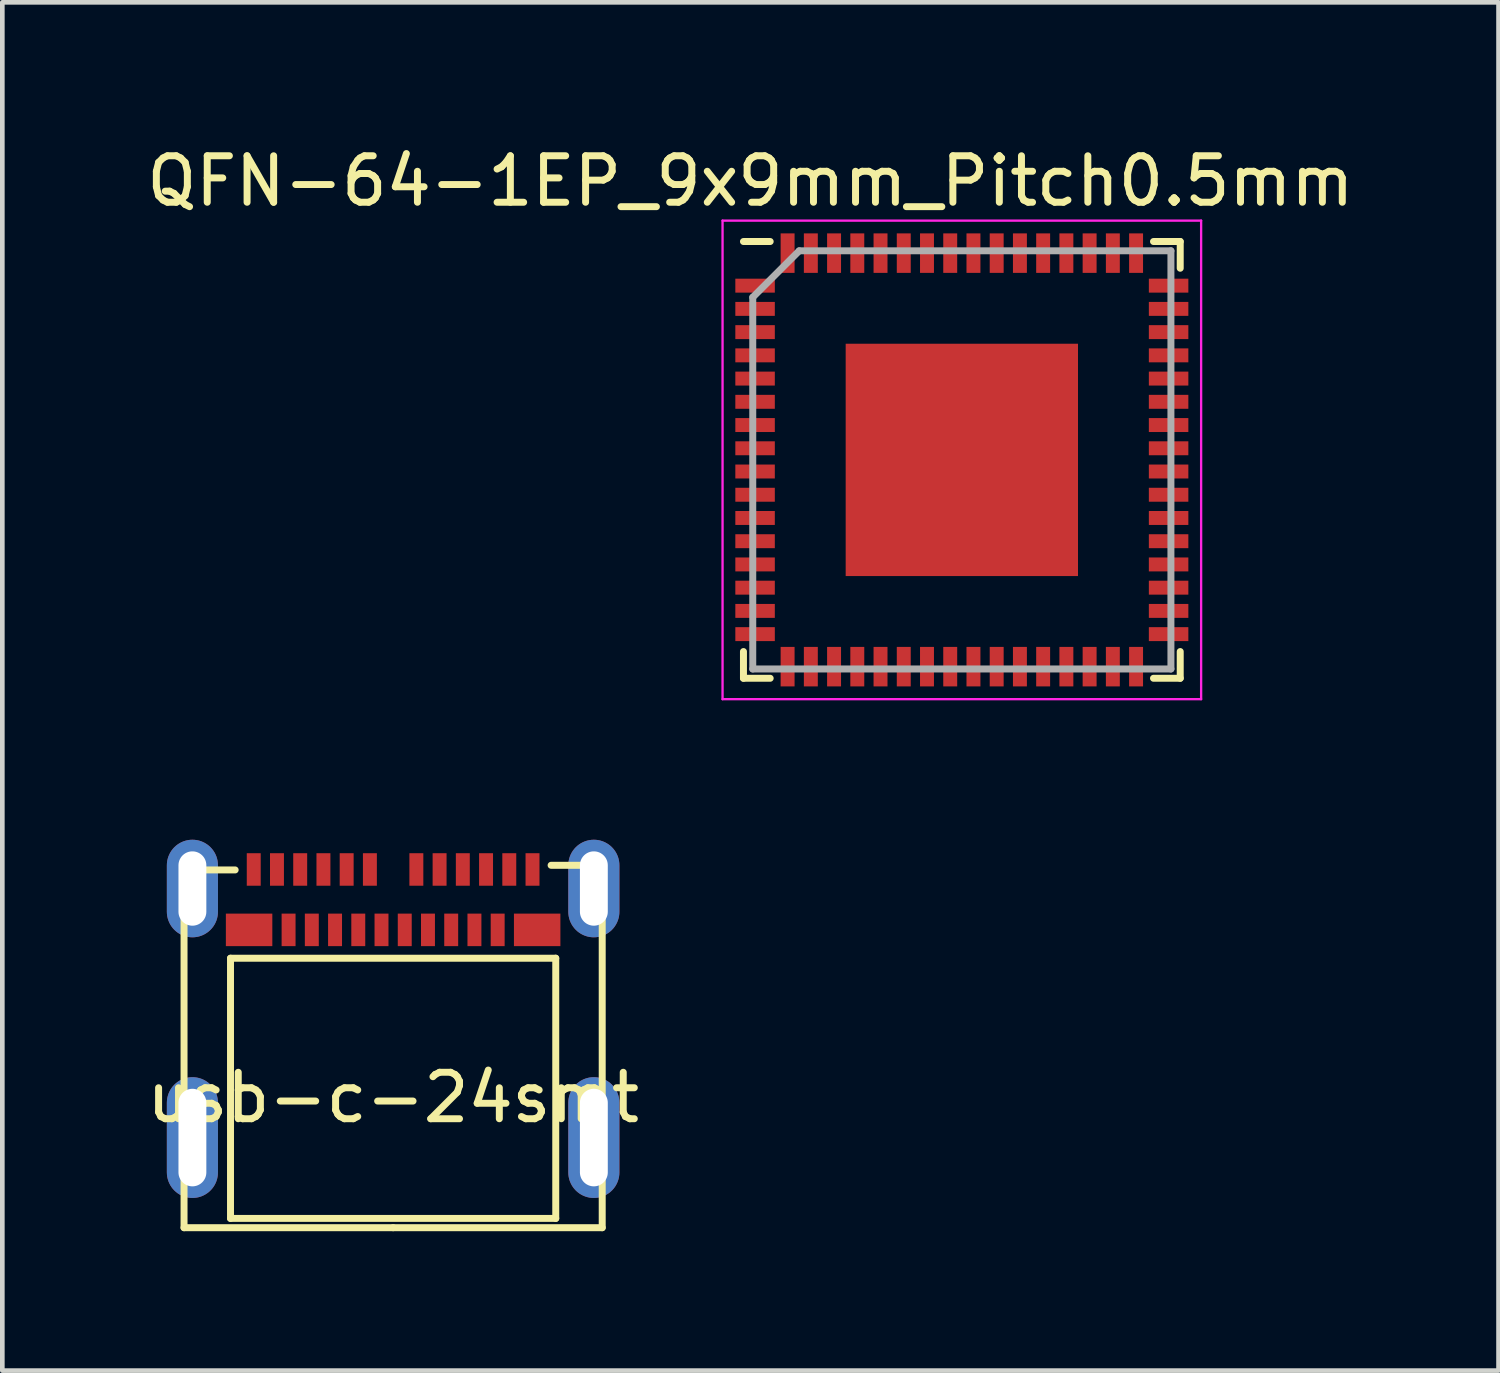
<source format=kicad_pcb>
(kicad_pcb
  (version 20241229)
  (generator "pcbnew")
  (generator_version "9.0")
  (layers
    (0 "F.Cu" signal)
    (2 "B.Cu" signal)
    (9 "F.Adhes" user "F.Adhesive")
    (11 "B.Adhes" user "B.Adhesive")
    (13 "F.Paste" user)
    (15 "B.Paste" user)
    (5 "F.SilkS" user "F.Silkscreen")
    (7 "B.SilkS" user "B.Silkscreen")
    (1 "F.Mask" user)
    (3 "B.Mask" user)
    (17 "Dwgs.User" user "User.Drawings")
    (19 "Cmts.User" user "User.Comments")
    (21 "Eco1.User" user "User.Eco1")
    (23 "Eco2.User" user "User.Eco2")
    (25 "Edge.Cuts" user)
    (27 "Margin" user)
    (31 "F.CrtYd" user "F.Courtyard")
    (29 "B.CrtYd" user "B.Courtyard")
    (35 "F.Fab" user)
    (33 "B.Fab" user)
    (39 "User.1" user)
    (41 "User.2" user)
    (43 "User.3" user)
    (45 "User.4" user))
  (footprint "usb-c-24smt"
    (layer "F.Cu")
    (at 5.411 16.073)
    (property "Reference" "usb-c-24smt" (at 0 4.5 0) (layer "F.SilkS") (effects (font (size 1 1) (thickness 0.15))))
    (attr through_hole)
    (fp_line (start -4.5 -0.4) (end -4.5 7.3) (stroke (width 0.15) (type solid)) (layer "F.SilkS"))
    (fp_line (start -4.5 7.3) (end 0 7.3) (stroke (width 0.15) (type solid)) (layer "F.SilkS"))
    (fp_line (start -3.5 1.5) (end 3.5 1.5) (stroke (width 0.15) (type solid)) (layer "F.SilkS"))
    (fp_line (start -3.5 7.1) (end -3.5 1.5) (stroke (width 0.15) (type solid)) (layer "F.SilkS"))
    (fp_line (start -3.4 -0.4) (end -4.5 -0.4) (stroke (width 0.15) (type solid)) (layer "F.SilkS"))
    (fp_line (start 0 7.3) (end 4.5 7.3) (stroke (width 0.15) (type solid)) (layer "F.SilkS"))
    (fp_line (start 3.5 1.5) (end 3.5 7.1) (stroke (width 0.15) (type solid)) (layer "F.SilkS"))
    (fp_line (start 3.5 7.1) (end -3.5 7.1) (stroke (width 0.15) (type solid)) (layer "F.SilkS"))
    (fp_line (start 4.5 -0.5) (end 3.4 -0.5) (stroke (width 0.15) (type solid)) (layer "F.SilkS"))
    (fp_line (start 4.5 7.3) (end 4.5 -0.5) (stroke (width 0.15) (type solid)) (layer "F.SilkS"))
    (pad "A1" smd rect (at -3 -0.41) (size 0.3 0.7) (layers "F.Cu" "F.Mask" "F.Paste"))
    (pad "A2" smd rect (at -2.5 -0.41) (size 0.3 0.7) (layers "F.Cu" "F.Mask" "F.Paste"))
    (pad "A3" smd rect (at -2 -0.41) (size 0.3 0.7) (layers "F.Cu" "F.Mask" "F.Paste"))
    (pad "A4" smd rect (at -1.5 -0.41) (size 0.3 0.7) (layers "F.Cu" "F.Mask" "F.Paste"))
    (pad "A5" smd rect (at -1 -0.41) (size 0.3 0.7) (layers "F.Cu" "F.Mask" "F.Paste"))
    (pad "A6" smd rect (at -0.5 -0.41) (size 0.3 0.7) (layers "F.Cu" "F.Mask" "F.Paste"))
    (pad "A7" smd rect (at 0.5 -0.41) (size 0.3 0.7) (layers "F.Cu" "F.Mask" "F.Paste"))
    (pad "A8" smd rect (at 1 -0.41) (size 0.3 0.7) (layers "F.Cu" "F.Mask" "F.Paste"))
    (pad "A9" smd rect (at 1.5 -0.41) (size 0.3 0.7) (layers "F.Cu" "F.Mask" "F.Paste"))
    (pad "A10" smd rect (at 2 -0.41) (size 0.3 0.7) (layers "F.Cu" "F.Mask" "F.Paste"))
    (pad "A11" smd rect (at 2.5 -0.41) (size 0.3 0.7) (layers "F.Cu" "F.Mask" "F.Paste"))
    (pad "A12" smd rect (at 3 -0.41) (size 0.3 0.7) (layers "F.Cu" "F.Mask" "F.Paste"))
    (pad "B1" smd rect (at 3.1 0.89) (size 1 0.7) (layers "F.Cu" "F.Mask" "F.Paste"))
    (pad "B2" smd rect (at 2.25 0.89) (size 0.3 0.7) (layers "F.Cu" "F.Mask" "F.Paste"))
    (pad "B3" smd rect (at 1.75 0.89) (size 0.3 0.7) (layers "F.Cu" "F.Mask" "F.Paste"))
    (pad "B4" smd rect (at 1.25 0.89) (size 0.3 0.7) (layers "F.Cu" "F.Mask" "F.Paste"))
    (pad "B5" smd rect (at 0.75 0.89) (size 0.3 0.7) (layers "F.Cu" "F.Mask" "F.Paste"))
    (pad "B6" smd rect (at 0.25 0.89) (size 0.3 0.7) (layers "F.Cu" "F.Mask" "F.Paste"))
    (pad "B7" smd rect (at -0.25 0.89) (size 0.3 0.7) (layers "F.Cu" "F.Mask" "F.Paste"))
    (pad "B8" smd rect (at -0.75 0.89 180) (size 0.3 0.7) (layers "F.Cu" "F.Mask" "F.Paste"))
    (pad "B9" smd rect (at -1.25 0.89) (size 0.3 0.7) (layers "F.Cu" "F.Mask" "F.Paste"))
    (pad "B10" smd rect (at -1.75 0.89) (size 0.3 0.7) (layers "F.Cu" "F.Mask" "F.Paste"))
    (pad "B11" smd rect (at -2.25 0.89) (size 0.3 0.7) (layers "F.Cu" "F.Mask" "F.Paste"))
    (pad "B12" smd rect (at -3.1 0.89) (size 1 0.7) (layers "F.Cu" "F.Mask" "F.Paste"))
    (pad "S1" thru_hole oval (at -4.32 5.36) (size 1.1 2.6) (drill oval 0.6 2.1) (layers "*.Cu" "*.Mask"))
    (pad "S2" thru_hole oval (at -4.32 0) (size 1.1 2.1) (drill oval 0.6 1.6) (layers "*.Cu" "*.Mask"))
    (pad "S3" thru_hole oval (at 4.32 0) (size 1.1 2.1) (drill oval 0.6 1.6) (layers "*.Cu" "*.Mask"))
    (pad "S4" thru_hole oval (at 4.32 5.36) (size 1.1 2.6) (drill oval 0.6 2.1) (layers "*.Cu" "*.Mask")))
  (footprint "QFN-64-1EP_9x9mm_Pitch0.5mm"
    (layer "F.Cu")
    (at 17.651 6.848)
    (property "Reference" "QFN-64-1EP_9x9mm_Pitch0.5mm" (at -4.55 -6 0) (layer "F.SilkS") (effects (font (size 1 1) (thickness 0.15))))
    (attr smd)
    (fp_line (start -4.7 -4.7) (end -4.125 -4.7) (stroke (width 0.15) (type solid)) (layer "F.SilkS"))
    (fp_line (start -4.7 4.7) (end -4.7 4.125) (stroke (width 0.15) (type solid)) (layer "F.SilkS"))
    (fp_line (start -4.7 4.7) (end -4.125 4.7) (stroke (width 0.15) (type solid)) (layer "F.SilkS"))
    (fp_line (start 4.7 -4.7) (end 4.125 -4.7) (stroke (width 0.15) (type solid)) (layer "F.SilkS"))
    (fp_line (start 4.7 -4.7) (end 4.7 -4.125) (stroke (width 0.15) (type solid)) (layer "F.SilkS"))
    (fp_line (start 4.7 4.7) (end 4.125 4.7) (stroke (width 0.15) (type solid)) (layer "F.SilkS"))
    (fp_line (start 4.7 4.7) (end 4.7 4.125) (stroke (width 0.15) (type solid)) (layer "F.SilkS"))
    (fp_line (start -5.15 -5.15) (end -5.15 5.15) (stroke (width 0.05) (type solid)) (layer "F.CrtYd"))
    (fp_line (start -5.15 -5.15) (end 5.15 -5.15) (stroke (width 0.05) (type solid)) (layer "F.CrtYd"))
    (fp_line (start -5.15 5.15) (end 5.15 5.15) (stroke (width 0.05) (type solid)) (layer "F.CrtYd"))
    (fp_line (start 5.15 -5.15) (end 5.15 5.15) (stroke (width 0.05) (type solid)) (layer "F.CrtYd"))
    (fp_line (start -4.5 -3.5) (end -3.5 -4.5) (stroke (width 0.15) (type solid)) (layer "F.Fab"))
    (fp_line (start -4.5 4.5) (end -4.5 -3.5) (stroke (width 0.15) (type solid)) (layer "F.Fab"))
    (fp_line (start -3.5 -4.5) (end 4.5 -4.5) (stroke (width 0.15) (type solid)) (layer "F.Fab"))
    (fp_line (start 4.5 -4.5) (end 4.5 4.5) (stroke (width 0.15) (type solid)) (layer "F.Fab"))
    (fp_line (start 4.5 4.5) (end -4.5 4.5) (stroke (width 0.15) (type solid)) (layer "F.Fab"))
    (pad "1" smd rect (at -4.45 -3.75) (size 0.85 0.3) (layers "F.Cu" "F.Mask" "F.Paste"))
    (pad "2" smd rect (at -4.45 -3.25) (size 0.85 0.3) (layers "F.Cu" "F.Mask" "F.Paste"))
    (pad "3" smd rect (at -4.45 -2.75) (size 0.85 0.3) (layers "F.Cu" "F.Mask" "F.Paste"))
    (pad "4" smd rect (at -4.45 -2.25) (size 0.85 0.3) (layers "F.Cu" "F.Mask" "F.Paste"))
    (pad "5" smd rect (at -4.45 -1.75) (size 0.85 0.3) (layers "F.Cu" "F.Mask" "F.Paste"))
    (pad "6" smd rect (at -4.45 -1.25) (size 0.85 0.3) (layers "F.Cu" "F.Mask" "F.Paste"))
    (pad "7" smd rect (at -4.45 -0.75) (size 0.85 0.3) (layers "F.Cu" "F.Mask" "F.Paste"))
    (pad "8" smd rect (at -4.45 -0.25) (size 0.85 0.3) (layers "F.Cu" "F.Mask" "F.Paste"))
    (pad "9" smd rect (at -4.45 0.25) (size 0.85 0.3) (layers "F.Cu" "F.Mask" "F.Paste"))
    (pad "10" smd rect (at -4.45 0.75) (size 0.85 0.3) (layers "F.Cu" "F.Mask" "F.Paste"))
    (pad "11" smd rect (at -4.45 1.25) (size 0.85 0.3) (layers "F.Cu" "F.Mask" "F.Paste"))
    (pad "12" smd rect (at -4.45 1.75) (size 0.85 0.3) (layers "F.Cu" "F.Mask" "F.Paste"))
    (pad "13" smd rect (at -4.45 2.25) (size 0.85 0.3) (layers "F.Cu" "F.Mask" "F.Paste"))
    (pad "14" smd rect (at -4.45 2.75) (size 0.85 0.3) (layers "F.Cu" "F.Mask" "F.Paste"))
    (pad "15" smd rect (at -4.45 3.25) (size 0.85 0.3) (layers "F.Cu" "F.Mask" "F.Paste"))
    (pad "16" smd rect (at -4.45 3.75) (size 0.85 0.3) (layers "F.Cu" "F.Mask" "F.Paste"))
    (pad "17" smd rect (at -3.75 4.45 90) (size 0.85 0.3) (layers "F.Cu" "F.Mask" "F.Paste"))
    (pad "18" smd rect (at -3.25 4.45 90) (size 0.85 0.3) (layers "F.Cu" "F.Mask" "F.Paste"))
    (pad "19" smd rect (at -2.75 4.45 90) (size 0.85 0.3) (layers "F.Cu" "F.Mask" "F.Paste"))
    (pad "20" smd rect (at -2.25 4.45 90) (size 0.85 0.3) (layers "F.Cu" "F.Mask" "F.Paste"))
    (pad "21" smd rect (at -1.75 4.45 90) (size 0.85 0.3) (layers "F.Cu" "F.Mask" "F.Paste"))
    (pad "22" smd rect (at -1.25 4.45 90) (size 0.85 0.3) (layers "F.Cu" "F.Mask" "F.Paste"))
    (pad "23" smd rect (at -0.75 4.45 90) (size 0.85 0.3) (layers "F.Cu" "F.Mask" "F.Paste"))
    (pad "24" smd rect (at -0.25 4.45 90) (size 0.85 0.3) (layers "F.Cu" "F.Mask" "F.Paste"))
    (pad "25" smd rect (at 0.25 4.45 90) (size 0.85 0.3) (layers "F.Cu" "F.Mask" "F.Paste"))
    (pad "26" smd rect (at 0.75 4.45 90) (size 0.85 0.3) (layers "F.Cu" "F.Mask" "F.Paste"))
    (pad "27" smd rect (at 1.25 4.45 90) (size 0.85 0.3) (layers "F.Cu" "F.Mask" "F.Paste"))
    (pad "28" smd rect (at 1.75 4.45 90) (size 0.85 0.3) (layers "F.Cu" "F.Mask" "F.Paste"))
    (pad "29" smd rect (at 2.25 4.45 90) (size 0.85 0.3) (layers "F.Cu" "F.Mask" "F.Paste"))
    (pad "30" smd rect (at 2.75 4.45 90) (size 0.85 0.3) (layers "F.Cu" "F.Mask" "F.Paste"))
    (pad "31" smd rect (at 3.25 4.45 90) (size 0.85 0.3) (layers "F.Cu" "F.Mask" "F.Paste"))
    (pad "32" smd rect (at 3.75 4.45 90) (size 0.85 0.3) (layers "F.Cu" "F.Mask" "F.Paste"))
    (pad "33" smd rect (at 4.45 3.75) (size 0.85 0.3) (layers "F.Cu" "F.Mask" "F.Paste"))
    (pad "34" smd rect (at 4.45 3.25) (size 0.85 0.3) (layers "F.Cu" "F.Mask" "F.Paste"))
    (pad "35" smd rect (at 4.45 2.75) (size 0.85 0.3) (layers "F.Cu" "F.Mask" "F.Paste"))
    (pad "36" smd rect (at 4.45 2.25) (size 0.85 0.3) (layers "F.Cu" "F.Mask" "F.Paste"))
    (pad "37" smd rect (at 4.45 1.75) (size 0.85 0.3) (layers "F.Cu" "F.Mask" "F.Paste"))
    (pad "38" smd rect (at 4.45 1.25) (size 0.85 0.3) (layers "F.Cu" "F.Mask" "F.Paste"))
    (pad "39" smd rect (at 4.45 0.75) (size 0.85 0.3) (layers "F.Cu" "F.Mask" "F.Paste"))
    (pad "40" smd rect (at 4.45 0.25) (size 0.85 0.3) (layers "F.Cu" "F.Mask" "F.Paste"))
    (pad "41" smd rect (at 4.45 -0.25) (size 0.85 0.3) (layers "F.Cu" "F.Mask" "F.Paste"))
    (pad "42" smd rect (at 4.45 -0.75) (size 0.85 0.3) (layers "F.Cu" "F.Mask" "F.Paste"))
    (pad "43" smd rect (at 4.45 -1.25) (size 0.85 0.3) (layers "F.Cu" "F.Mask" "F.Paste"))
    (pad "44" smd rect (at 4.45 -1.75) (size 0.85 0.3) (layers "F.Cu" "F.Mask" "F.Paste"))
    (pad "45" smd rect (at 4.45 -2.25) (size 0.85 0.3) (layers "F.Cu" "F.Mask" "F.Paste"))
    (pad "46" smd rect (at 4.45 -2.75) (size 0.85 0.3) (layers "F.Cu" "F.Mask" "F.Paste"))
    (pad "47" smd rect (at 4.45 -3.25) (size 0.85 0.3) (layers "F.Cu" "F.Mask" "F.Paste"))
    (pad "48" smd rect (at 4.45 -3.75) (size 0.85 0.3) (layers "F.Cu" "F.Mask" "F.Paste"))
    (pad "49" smd rect (at 3.75 -4.45 90) (size 0.85 0.3) (layers "F.Cu" "F.Mask" "F.Paste"))
    (pad "50" smd rect (at 3.25 -4.45 90) (size 0.85 0.3) (layers "F.Cu" "F.Mask" "F.Paste"))
    (pad "51" smd rect (at 2.75 -4.45 90) (size 0.85 0.3) (layers "F.Cu" "F.Mask" "F.Paste"))
    (pad "52" smd rect (at 2.25 -4.45 90) (size 0.85 0.3) (layers "F.Cu" "F.Mask" "F.Paste"))
    (pad "53" smd rect (at 1.75 -4.45 90) (size 0.85 0.3) (layers "F.Cu" "F.Mask" "F.Paste"))
    (pad "54" smd rect (at 1.25 -4.45 90) (size 0.85 0.3) (layers "F.Cu" "F.Mask" "F.Paste"))
    (pad "55" smd rect (at 0.75 -4.45 90) (size 0.85 0.3) (layers "F.Cu" "F.Mask" "F.Paste"))
    (pad "56" smd rect (at 0.25 -4.45 90) (size 0.85 0.3) (layers "F.Cu" "F.Mask" "F.Paste"))
    (pad "57" smd rect (at -0.25 -4.45 90) (size 0.85 0.3) (layers "F.Cu" "F.Mask" "F.Paste"))
    (pad "58" smd rect (at -0.75 -4.45 90) (size 0.85 0.3) (layers "F.Cu" "F.Mask" "F.Paste"))
    (pad "59" smd rect (at -1.25 -4.45 90) (size 0.85 0.3) (layers "F.Cu" "F.Mask" "F.Paste"))
    (pad "60" smd rect (at -1.75 -4.45 90) (size 0.85 0.3) (layers "F.Cu" "F.Mask" "F.Paste"))
    (pad "61" smd rect (at -2.25 -4.45 90) (size 0.85 0.3) (layers "F.Cu" "F.Mask" "F.Paste"))
    (pad "62" smd rect (at -2.75 -4.45 90) (size 0.85 0.3) (layers "F.Cu" "F.Mask" "F.Paste"))
    (pad "63" smd rect (at -3.25 -4.45 90) (size 0.85 0.3) (layers "F.Cu" "F.Mask" "F.Paste"))
    (pad "64" smd rect (at -3.75 -4.45 90) (size 0.85 0.3) (layers "F.Cu" "F.Mask" "F.Paste"))
    (pad "65" smd rect (at 0 0) (size 5 5) (layers "F.Cu" "F.Mask" "F.Paste")))
  (gr_rect
    (start -3 -3)
    (end 29.202 26.448)
    (stroke (width 0.1) (type default))
    (fill no)
    (layer "Edge.Cuts")))
</source>
